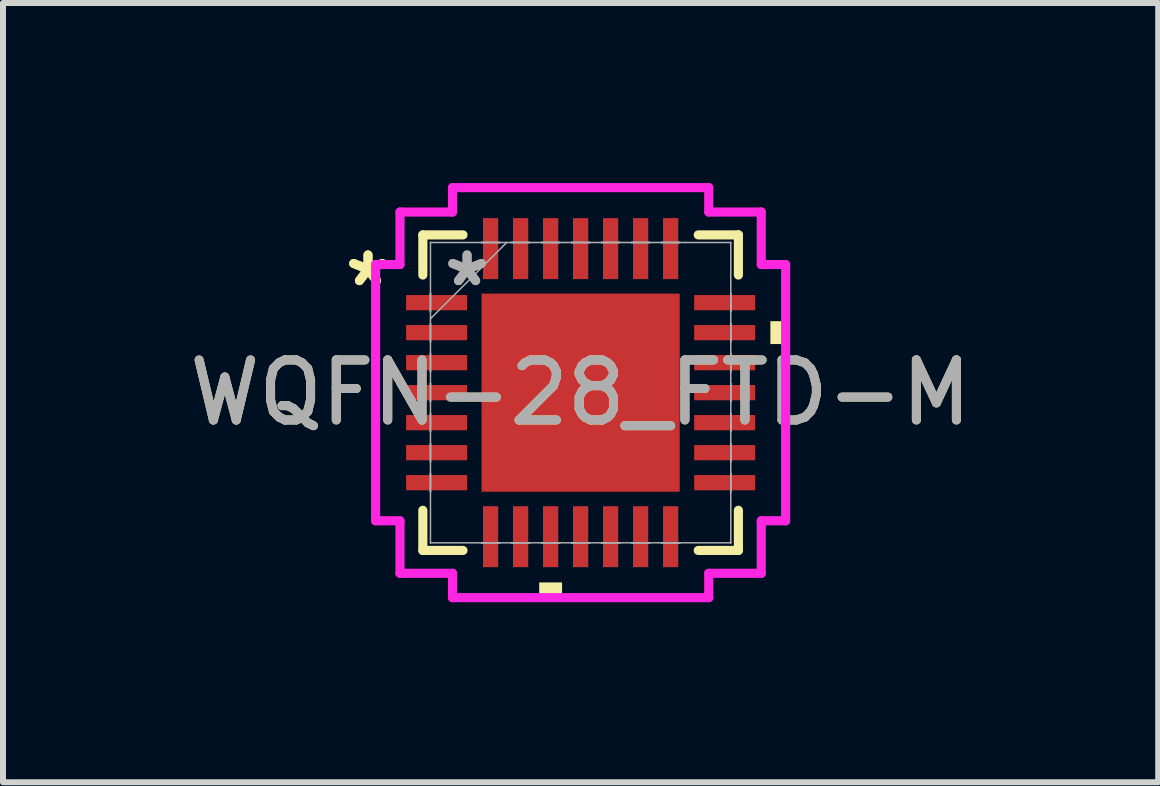
<source format=kicad_pcb>
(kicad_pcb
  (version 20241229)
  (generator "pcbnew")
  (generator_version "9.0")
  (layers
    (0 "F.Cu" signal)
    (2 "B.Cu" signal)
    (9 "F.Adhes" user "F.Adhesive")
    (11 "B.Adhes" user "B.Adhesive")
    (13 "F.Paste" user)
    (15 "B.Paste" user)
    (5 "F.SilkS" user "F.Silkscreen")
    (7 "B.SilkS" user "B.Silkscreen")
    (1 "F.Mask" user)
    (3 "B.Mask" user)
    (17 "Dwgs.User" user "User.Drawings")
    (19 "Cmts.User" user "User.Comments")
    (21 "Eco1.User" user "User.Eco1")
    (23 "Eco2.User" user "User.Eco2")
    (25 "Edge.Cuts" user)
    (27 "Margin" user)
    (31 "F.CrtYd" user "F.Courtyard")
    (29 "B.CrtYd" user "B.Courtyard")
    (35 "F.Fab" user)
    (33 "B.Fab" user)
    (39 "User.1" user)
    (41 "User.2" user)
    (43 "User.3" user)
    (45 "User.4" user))
  (footprint "WQFN-28_FTD-M"
    (layer "F.Cu")
    (at 6.625 3.493)
    (property "Reference" "WQFN-28_FTD-M" (at 0 0 0) (unlocked yes) (layer "F.SilkS") (effects (font (size 1 1) (thickness 0.15))))
    (attr smd)
    (fp_line (start -2.629 -2.629) (end -2.629 -1.96) (stroke (width 0.152) (type solid)) (layer "F.SilkS"))
    (fp_line (start -2.629 1.96) (end -2.629 2.629) (stroke (width 0.152) (type solid)) (layer "F.SilkS"))
    (fp_line (start -2.629 2.629) (end -1.96 2.629) (stroke (width 0.152) (type solid)) (layer "F.SilkS"))
    (fp_line (start -1.96 -2.629) (end -2.629 -2.629) (stroke (width 0.152) (type solid)) (layer "F.SilkS"))
    (fp_line (start 1.96 2.629) (end 2.629 2.629) (stroke (width 0.152) (type solid)) (layer "F.SilkS"))
    (fp_line (start 2.629 -2.629) (end 1.96 -2.629) (stroke (width 0.152) (type solid)) (layer "F.SilkS"))
    (fp_line (start 2.629 -1.96) (end 2.629 -2.629) (stroke (width 0.152) (type solid)) (layer "F.SilkS"))
    (fp_line (start 2.629 2.629) (end 2.629 1.96) (stroke (width 0.152) (type solid)) (layer "F.SilkS"))
    (fp_poly (pts (xy -0.69 3.162) (xy -0.69 3.416) (xy -0.309 3.416) (xy -0.309 3.162)) (stroke (width 0) (type solid)) (fill yes) (layer "F.SilkS"))
    (fp_poly (pts (xy 3.416 -1.191) (xy 3.416 -0.81) (xy 3.162 -0.81) (xy 3.162 -1.191)) (stroke (width 0) (type solid)) (fill yes) (layer "F.SilkS"))
    (fp_poly (pts (xy -1.551 -1.551) (xy -1.551 -0.1) (xy -0.1 -0.1) (xy -0.1 -1.551)) (stroke (width 0) (type solid)) (fill yes) (layer "F.Paste"))
    (fp_poly (pts (xy -1.551 0.1) (xy -1.551 1.551) (xy -0.1 1.551) (xy -0.1 0.1)) (stroke (width 0) (type solid)) (fill yes) (layer "F.Paste"))
    (fp_poly (pts (xy 0.1 -1.551) (xy 0.1 -0.1) (xy 1.551 -0.1) (xy 1.551 -1.551)) (stroke (width 0) (type solid)) (fill yes) (layer "F.Paste"))
    (fp_poly (pts (xy 0.1 0.1) (xy 0.1 1.551) (xy 1.551 1.551) (xy 1.551 0.1)) (stroke (width 0) (type solid)) (fill yes) (layer "F.Paste"))
    (fp_line (start -3.416 -2.135) (end -3.01 -2.135) (stroke (width 0.152) (type solid)) (layer "F.CrtYd"))
    (fp_line (start -3.416 2.135) (end -3.416 -2.135) (stroke (width 0.152) (type solid)) (layer "F.CrtYd"))
    (fp_line (start -3.01 -3.01) (end -2.135 -3.01) (stroke (width 0.152) (type solid)) (layer "F.CrtYd"))
    (fp_line (start -3.01 -2.135) (end -3.01 -3.01) (stroke (width 0.152) (type solid)) (layer "F.CrtYd"))
    (fp_line (start -3.01 2.135) (end -3.416 2.135) (stroke (width 0.152) (type solid)) (layer "F.CrtYd"))
    (fp_line (start -3.01 3.01) (end -3.01 2.135) (stroke (width 0.152) (type solid)) (layer "F.CrtYd"))
    (fp_line (start -2.135 -3.416) (end 2.135 -3.416) (stroke (width 0.152) (type solid)) (layer "F.CrtYd"))
    (fp_line (start -2.135 -3.01) (end -2.135 -3.416) (stroke (width 0.152) (type solid)) (layer "F.CrtYd"))
    (fp_line (start -2.135 3.01) (end -3.01 3.01) (stroke (width 0.152) (type solid)) (layer "F.CrtYd"))
    (fp_line (start -2.135 3.416) (end -2.135 3.01) (stroke (width 0.152) (type solid)) (layer "F.CrtYd"))
    (fp_line (start 2.135 -3.416) (end 2.135 -3.01) (stroke (width 0.152) (type solid)) (layer "F.CrtYd"))
    (fp_line (start 2.135 -3.01) (end 3.01 -3.01) (stroke (width 0.152) (type solid)) (layer "F.CrtYd"))
    (fp_line (start 2.135 3.01) (end 2.135 3.416) (stroke (width 0.152) (type solid)) (layer "F.CrtYd"))
    (fp_line (start 2.135 3.416) (end -2.135 3.416) (stroke (width 0.152) (type solid)) (layer "F.CrtYd"))
    (fp_line (start 3.01 -3.01) (end 3.01 -2.135) (stroke (width 0.152) (type solid)) (layer "F.CrtYd"))
    (fp_line (start 3.01 -2.135) (end 3.416 -2.135) (stroke (width 0.152) (type solid)) (layer "F.CrtYd"))
    (fp_line (start 3.01 2.135) (end 3.01 3.01) (stroke (width 0.152) (type solid)) (layer "F.CrtYd"))
    (fp_line (start 3.01 3.01) (end 2.135 3.01) (stroke (width 0.152) (type solid)) (layer "F.CrtYd"))
    (fp_line (start 3.416 -2.135) (end 3.416 2.135) (stroke (width 0.152) (type solid)) (layer "F.CrtYd"))
    (fp_line (start 3.416 2.135) (end 3.01 2.135) (stroke (width 0.152) (type solid)) (layer "F.CrtYd"))
    (fp_line (start -2.502 -2.502) (end -2.502 -2.502) (stroke (width 0.025) (type solid)) (layer "F.Fab"))
    (fp_line (start -2.502 -2.502) (end -2.502 2.502) (stroke (width 0.025) (type solid)) (layer "F.Fab"))
    (fp_line (start -2.502 -1.652) (end -2.502 -1.652) (stroke (width 0.025) (type solid)) (layer "F.Fab"))
    (fp_line (start -2.502 -1.652) (end -2.502 -1.348) (stroke (width 0.025) (type solid)) (layer "F.Fab"))
    (fp_line (start -2.502 -1.348) (end -2.502 -1.652) (stroke (width 0.025) (type solid)) (layer "F.Fab"))
    (fp_line (start -2.502 -1.348) (end -2.502 -1.348) (stroke (width 0.025) (type solid)) (layer "F.Fab"))
    (fp_line (start -2.502 -1.232) (end -1.232 -2.502) (stroke (width 0.025) (type solid)) (layer "F.Fab"))
    (fp_line (start -2.502 -1.152) (end -2.502 -1.152) (stroke (width 0.025) (type solid)) (layer "F.Fab"))
    (fp_line (start -2.502 -1.152) (end -2.502 -0.848) (stroke (width 0.025) (type solid)) (layer "F.Fab"))
    (fp_line (start -2.502 -0.848) (end -2.502 -1.152) (stroke (width 0.025) (type solid)) (layer "F.Fab"))
    (fp_line (start -2.502 -0.848) (end -2.502 -0.848) (stroke (width 0.025) (type solid)) (layer "F.Fab"))
    (fp_line (start -2.502 -0.652) (end -2.502 -0.652) (stroke (width 0.025) (type solid)) (layer "F.Fab"))
    (fp_line (start -2.502 -0.652) (end -2.502 -0.348) (stroke (width 0.025) (type solid)) (layer "F.Fab"))
    (fp_line (start -2.502 -0.348) (end -2.502 -0.652) (stroke (width 0.025) (type solid)) (layer "F.Fab"))
    (fp_line (start -2.502 -0.348) (end -2.502 -0.348) (stroke (width 0.025) (type solid)) (layer "F.Fab"))
    (fp_line (start -2.502 -0.152) (end -2.502 -0.152) (stroke (width 0.025) (type solid)) (layer "F.Fab"))
    (fp_line (start -2.502 -0.152) (end -2.502 0.152) (stroke (width 0.025) (type solid)) (layer "F.Fab"))
    (fp_line (start -2.502 0.152) (end -2.502 -0.152) (stroke (width 0.025) (type solid)) (layer "F.Fab"))
    (fp_line (start -2.502 0.152) (end -2.502 0.152) (stroke (width 0.025) (type solid)) (layer "F.Fab"))
    (fp_line (start -2.502 0.348) (end -2.502 0.348) (stroke (width 0.025) (type solid)) (layer "F.Fab"))
    (fp_line (start -2.502 0.348) (end -2.502 0.652) (stroke (width 0.025) (type solid)) (layer "F.Fab"))
    (fp_line (start -2.502 0.652) (end -2.502 0.348) (stroke (width 0.025) (type solid)) (layer "F.Fab"))
    (fp_line (start -2.502 0.652) (end -2.502 0.652) (stroke (width 0.025) (type solid)) (layer "F.Fab"))
    (fp_line (start -2.502 0.848) (end -2.502 0.848) (stroke (width 0.025) (type solid)) (layer "F.Fab"))
    (fp_line (start -2.502 0.848) (end -2.502 1.152) (stroke (width 0.025) (type solid)) (layer "F.Fab"))
    (fp_line (start -2.502 1.152) (end -2.502 0.848) (stroke (width 0.025) (type solid)) (layer "F.Fab"))
    (fp_line (start -2.502 1.152) (end -2.502 1.152) (stroke (width 0.025) (type solid)) (layer "F.Fab"))
    (fp_line (start -2.502 1.348) (end -2.502 1.348) (stroke (width 0.025) (type solid)) (layer "F.Fab"))
    (fp_line (start -2.502 1.348) (end -2.502 1.652) (stroke (width 0.025) (type solid)) (layer "F.Fab"))
    (fp_line (start -2.502 1.652) (end -2.502 1.348) (stroke (width 0.025) (type solid)) (layer "F.Fab"))
    (fp_line (start -2.502 1.652) (end -2.502 1.652) (stroke (width 0.025) (type solid)) (layer "F.Fab"))
    (fp_line (start -2.502 2.502) (end -2.502 2.502) (stroke (width 0.025) (type solid)) (layer "F.Fab"))
    (fp_line (start -2.502 2.502) (end 2.502 2.502) (stroke (width 0.025) (type solid)) (layer "F.Fab"))
    (fp_line (start -1.652 -2.502) (end -1.652 -2.502) (stroke (width 0.025) (type solid)) (layer "F.Fab"))
    (fp_line (start -1.652 -2.502) (end -1.348 -2.502) (stroke (width 0.025) (type solid)) (layer "F.Fab"))
    (fp_line (start -1.652 2.502) (end -1.652 2.502) (stroke (width 0.025) (type solid)) (layer "F.Fab"))
    (fp_line (start -1.652 2.502) (end -1.348 2.502) (stroke (width 0.025) (type solid)) (layer "F.Fab"))
    (fp_line (start -1.348 -2.502) (end -1.652 -2.502) (stroke (width 0.025) (type solid)) (layer "F.Fab"))
    (fp_line (start -1.348 -2.502) (end -1.348 -2.502) (stroke (width 0.025) (type solid)) (layer "F.Fab"))
    (fp_line (start -1.348 2.502) (end -1.652 2.502) (stroke (width 0.025) (type solid)) (layer "F.Fab"))
    (fp_line (start -1.348 2.502) (end -1.348 2.502) (stroke (width 0.025) (type solid)) (layer "F.Fab"))
    (fp_line (start -1.152 -2.502) (end -1.152 -2.502) (stroke (width 0.025) (type solid)) (layer "F.Fab"))
    (fp_line (start -1.152 -2.502) (end -0.848 -2.502) (stroke (width 0.025) (type solid)) (layer "F.Fab"))
    (fp_line (start -1.152 2.502) (end -1.152 2.502) (stroke (width 0.025) (type solid)) (layer "F.Fab"))
    (fp_line (start -1.152 2.502) (end -0.848 2.502) (stroke (width 0.025) (type solid)) (layer "F.Fab"))
    (fp_line (start -0.848 -2.502) (end -1.152 -2.502) (stroke (width 0.025) (type solid)) (layer "F.Fab"))
    (fp_line (start -0.848 -2.502) (end -0.848 -2.502) (stroke (width 0.025) (type solid)) (layer "F.Fab"))
    (fp_line (start -0.848 2.502) (end -1.152 2.502) (stroke (width 0.025) (type solid)) (layer "F.Fab"))
    (fp_line (start -0.848 2.502) (end -0.848 2.502) (stroke (width 0.025) (type solid)) (layer "F.Fab"))
    (fp_line (start -0.652 -2.502) (end -0.652 -2.502) (stroke (width 0.025) (type solid)) (layer "F.Fab"))
    (fp_line (start -0.652 -2.502) (end -0.348 -2.502) (stroke (width 0.025) (type solid)) (layer "F.Fab"))
    (fp_line (start -0.652 2.502) (end -0.652 2.502) (stroke (width 0.025) (type solid)) (layer "F.Fab"))
    (fp_line (start -0.652 2.502) (end -0.348 2.502) (stroke (width 0.025) (type solid)) (layer "F.Fab"))
    (fp_line (start -0.348 -2.502) (end -0.652 -2.502) (stroke (width 0.025) (type solid)) (layer "F.Fab"))
    (fp_line (start -0.348 -2.502) (end -0.348 -2.502) (stroke (width 0.025) (type solid)) (layer "F.Fab"))
    (fp_line (start -0.348 2.502) (end -0.652 2.502) (stroke (width 0.025) (type solid)) (layer "F.Fab"))
    (fp_line (start -0.348 2.502) (end -0.348 2.502) (stroke (width 0.025) (type solid)) (layer "F.Fab"))
    (fp_line (start -0.152 -2.502) (end -0.152 -2.502) (stroke (width 0.025) (type solid)) (layer "F.Fab"))
    (fp_line (start -0.152 -2.502) (end 0.152 -2.502) (stroke (width 0.025) (type solid)) (layer "F.Fab"))
    (fp_line (start -0.152 2.502) (end -0.152 2.502) (stroke (width 0.025) (type solid)) (layer "F.Fab"))
    (fp_line (start -0.152 2.502) (end 0.152 2.502) (stroke (width 0.025) (type solid)) (layer "F.Fab"))
    (fp_line (start 0.152 -2.502) (end -0.152 -2.502) (stroke (width 0.025) (type solid)) (layer "F.Fab"))
    (fp_line (start 0.152 -2.502) (end 0.152 -2.502) (stroke (width 0.025) (type solid)) (layer "F.Fab"))
    (fp_line (start 0.152 2.502) (end -0.152 2.502) (stroke (width 0.025) (type solid)) (layer "F.Fab"))
    (fp_line (start 0.152 2.502) (end 0.152 2.502) (stroke (width 0.025) (type solid)) (layer "F.Fab"))
    (fp_line (start 0.348 -2.502) (end 0.348 -2.502) (stroke (width 0.025) (type solid)) (layer "F.Fab"))
    (fp_line (start 0.348 -2.502) (end 0.652 -2.502) (stroke (width 0.025) (type solid)) (layer "F.Fab"))
    (fp_line (start 0.348 2.502) (end 0.348 2.502) (stroke (width 0.025) (type solid)) (layer "F.Fab"))
    (fp_line (start 0.348 2.502) (end 0.652 2.502) (stroke (width 0.025) (type solid)) (layer "F.Fab"))
    (fp_line (start 0.652 -2.502) (end 0.348 -2.502) (stroke (width 0.025) (type solid)) (layer "F.Fab"))
    (fp_line (start 0.652 -2.502) (end 0.652 -2.502) (stroke (width 0.025) (type solid)) (layer "F.Fab"))
    (fp_line (start 0.652 2.502) (end 0.348 2.502) (stroke (width 0.025) (type solid)) (layer "F.Fab"))
    (fp_line (start 0.652 2.502) (end 0.652 2.502) (stroke (width 0.025) (type solid)) (layer "F.Fab"))
    (fp_line (start 0.848 -2.502) (end 0.848 -2.502) (stroke (width 0.025) (type solid)) (layer "F.Fab"))
    (fp_line (start 0.848 -2.502) (end 1.152 -2.502) (stroke (width 0.025) (type solid)) (layer "F.Fab"))
    (fp_line (start 0.848 2.502) (end 0.848 2.502) (stroke (width 0.025) (type solid)) (layer "F.Fab"))
    (fp_line (start 0.848 2.502) (end 1.152 2.502) (stroke (width 0.025) (type solid)) (layer "F.Fab"))
    (fp_line (start 1.152 -2.502) (end 0.848 -2.502) (stroke (width 0.025) (type solid)) (layer "F.Fab"))
    (fp_line (start 1.152 -2.502) (end 1.152 -2.502) (stroke (width 0.025) (type solid)) (layer "F.Fab"))
    (fp_line (start 1.152 2.502) (end 0.848 2.502) (stroke (width 0.025) (type solid)) (layer "F.Fab"))
    (fp_line (start 1.152 2.502) (end 1.152 2.502) (stroke (width 0.025) (type solid)) (layer "F.Fab"))
    (fp_line (start 1.348 -2.502) (end 1.348 -2.502) (stroke (width 0.025) (type solid)) (layer "F.Fab"))
    (fp_line (start 1.348 -2.502) (end 1.652 -2.502) (stroke (width 0.025) (type solid)) (layer "F.Fab"))
    (fp_line (start 1.348 2.502) (end 1.348 2.502) (stroke (width 0.025) (type solid)) (layer "F.Fab"))
    (fp_line (start 1.348 2.502) (end 1.652 2.502) (stroke (width 0.025) (type solid)) (layer "F.Fab"))
    (fp_line (start 1.652 -2.502) (end 1.348 -2.502) (stroke (width 0.025) (type solid)) (layer "F.Fab"))
    (fp_line (start 1.652 -2.502) (end 1.652 -2.502) (stroke (width 0.025) (type solid)) (layer "F.Fab"))
    (fp_line (start 1.652 2.502) (end 1.348 2.502) (stroke (width 0.025) (type solid)) (layer "F.Fab"))
    (fp_line (start 1.652 2.502) (end 1.652 2.502) (stroke (width 0.025) (type solid)) (layer "F.Fab"))
    (fp_line (start 2.502 -2.502) (end -2.502 -2.502) (stroke (width 0.025) (type solid)) (layer "F.Fab"))
    (fp_line (start 2.502 -2.502) (end 2.502 -2.502) (stroke (width 0.025) (type solid)) (layer "F.Fab"))
    (fp_line (start 2.502 -1.652) (end 2.502 -1.652) (stroke (width 0.025) (type solid)) (layer "F.Fab"))
    (fp_line (start 2.502 -1.652) (end 2.502 -1.348) (stroke (width 0.025) (type solid)) (layer "F.Fab"))
    (fp_line (start 2.502 -1.348) (end 2.502 -1.652) (stroke (width 0.025) (type solid)) (layer "F.Fab"))
    (fp_line (start 2.502 -1.348) (end 2.502 -1.348) (stroke (width 0.025) (type solid)) (layer "F.Fab"))
    (fp_line (start 2.502 -1.152) (end 2.502 -1.152) (stroke (width 0.025) (type solid)) (layer "F.Fab"))
    (fp_line (start 2.502 -1.152) (end 2.502 -0.848) (stroke (width 0.025) (type solid)) (layer "F.Fab"))
    (fp_line (start 2.502 -0.848) (end 2.502 -1.152) (stroke (width 0.025) (type solid)) (layer "F.Fab"))
    (fp_line (start 2.502 -0.848) (end 2.502 -0.848) (stroke (width 0.025) (type solid)) (layer "F.Fab"))
    (fp_line (start 2.502 -0.652) (end 2.502 -0.652) (stroke (width 0.025) (type solid)) (layer "F.Fab"))
    (fp_line (start 2.502 -0.652) (end 2.502 -0.348) (stroke (width 0.025) (type solid)) (layer "F.Fab"))
    (fp_line (start 2.502 -0.348) (end 2.502 -0.652) (stroke (width 0.025) (type solid)) (layer "F.Fab"))
    (fp_line (start 2.502 -0.348) (end 2.502 -0.348) (stroke (width 0.025) (type solid)) (layer "F.Fab"))
    (fp_line (start 2.502 -0.152) (end 2.502 -0.152) (stroke (width 0.025) (type solid)) (layer "F.Fab"))
    (fp_line (start 2.502 -0.152) (end 2.502 0.152) (stroke (width 0.025) (type solid)) (layer "F.Fab"))
    (fp_line (start 2.502 0.152) (end 2.502 -0.152) (stroke (width 0.025) (type solid)) (layer "F.Fab"))
    (fp_line (start 2.502 0.152) (end 2.502 0.152) (stroke (width 0.025) (type solid)) (layer "F.Fab"))
    (fp_line (start 2.502 0.348) (end 2.502 0.348) (stroke (width 0.025) (type solid)) (layer "F.Fab"))
    (fp_line (start 2.502 0.348) (end 2.502 0.652) (stroke (width 0.025) (type solid)) (layer "F.Fab"))
    (fp_line (start 2.502 0.652) (end 2.502 0.348) (stroke (width 0.025) (type solid)) (layer "F.Fab"))
    (fp_line (start 2.502 0.652) (end 2.502 0.652) (stroke (width 0.025) (type solid)) (layer "F.Fab"))
    (fp_line (start 2.502 0.848) (end 2.502 0.848) (stroke (width 0.025) (type solid)) (layer "F.Fab"))
    (fp_line (start 2.502 0.848) (end 2.502 1.152) (stroke (width 0.025) (type solid)) (layer "F.Fab"))
    (fp_line (start 2.502 1.152) (end 2.502 0.848) (stroke (width 0.025) (type solid)) (layer "F.Fab"))
    (fp_line (start 2.502 1.152) (end 2.502 1.152) (stroke (width 0.025) (type solid)) (layer "F.Fab"))
    (fp_line (start 2.502 1.348) (end 2.502 1.348) (stroke (width 0.025) (type solid)) (layer "F.Fab"))
    (fp_line (start 2.502 1.348) (end 2.502 1.652) (stroke (width 0.025) (type solid)) (layer "F.Fab"))
    (fp_line (start 2.502 1.652) (end 2.502 1.348) (stroke (width 0.025) (type solid)) (layer "F.Fab"))
    (fp_line (start 2.502 1.652) (end 2.502 1.652) (stroke (width 0.025) (type solid)) (layer "F.Fab"))
    (fp_line (start 2.502 2.502) (end 2.502 -2.502) (stroke (width 0.025) (type solid)) (layer "F.Fab"))
    (fp_line (start 2.502 2.502) (end 2.502 2.502) (stroke (width 0.025) (type solid)) (layer "F.Fab"))
    (fp_text user "*" (at -3.543 -1.75 0) (unlocked yes) (layer "F.SilkS") (effects (font (size 1 1) (thickness 0.15))))
    (fp_text user "*" (at -3.543 -1.75 0) (layer "F.SilkS") (effects (font (size 1 1) (thickness 0.15))))
    (fp_text user "*" (at -1.892 -1.75 0) (layer "F.Fab") (effects (font (size 1 1) (thickness 0.15))))
    (fp_text user "${REFERENCE}" (at 0 0 0) (unlocked yes) (layer "F.Fab") (effects (font (size 1 1) (thickness 0.15))))
    (fp_text user "*" (at -1.892 -1.75 0) (unlocked yes) (layer "F.Fab") (effects (font (size 1 1) (thickness 0.15))))
    (pad "1" smd rect (at -2.4 -1.5 90) (size 0.254 1.016) (layers "F.Cu" "F.Mask" "F.Paste"))
    (pad "2" smd rect (at -2.4 -1 90) (size 0.254 1.016) (layers "F.Cu" "F.Mask" "F.Paste"))
    (pad "3" smd rect (at -2.4 -0.5 90) (size 0.254 1.016) (layers "F.Cu" "F.Mask" "F.Paste"))
    (pad "4" smd rect (at -2.4 0 90) (size 0.254 1.016) (layers "F.Cu" "F.Mask" "F.Paste"))
    (pad "5" smd rect (at -2.4 0.5 90) (size 0.254 1.016) (layers "F.Cu" "F.Mask" "F.Paste"))
    (pad "6" smd rect (at -2.4 1 90) (size 0.254 1.016) (layers "F.Cu" "F.Mask" "F.Paste"))
    (pad "7" smd rect (at -2.4 1.5 90) (size 0.254 1.016) (layers "F.Cu" "F.Mask" "F.Paste"))
    (pad "8" smd rect (at -1.5 2.4) (size 0.254 1.016) (layers "F.Cu" "F.Mask" "F.Paste"))
    (pad "9" smd rect (at -1 2.4) (size 0.254 1.016) (layers "F.Cu" "F.Mask" "F.Paste"))
    (pad "10" smd rect (at -0.5 2.4) (size 0.254 1.016) (layers "F.Cu" "F.Mask" "F.Paste"))
    (pad "11" smd rect (at 0 2.4) (size 0.254 1.016) (layers "F.Cu" "F.Mask" "F.Paste"))
    (pad "12" smd rect (at 0.5 2.4) (size 0.254 1.016) (layers "F.Cu" "F.Mask" "F.Paste"))
    (pad "13" smd rect (at 1 2.4) (size 0.254 1.016) (layers "F.Cu" "F.Mask" "F.Paste"))
    (pad "14" smd rect (at 1.5 2.4) (size 0.254 1.016) (layers "F.Cu" "F.Mask" "F.Paste"))
    (pad "15" smd rect (at 2.4 1.5 90) (size 0.254 1.016) (layers "F.Cu" "F.Mask" "F.Paste"))
    (pad "16" smd rect (at 2.4 1 90) (size 0.254 1.016) (layers "F.Cu" "F.Mask" "F.Paste"))
    (pad "17" smd rect (at 2.4 0.5 90) (size 0.254 1.016) (layers "F.Cu" "F.Mask" "F.Paste"))
    (pad "18" smd rect (at 2.4 0 90) (size 0.254 1.016) (layers "F.Cu" "F.Mask" "F.Paste"))
    (pad "19" smd rect (at 2.4 -0.5 90) (size 0.254 1.016) (layers "F.Cu" "F.Mask" "F.Paste"))
    (pad "20" smd rect (at 2.4 -1 90) (size 0.254 1.016) (layers "F.Cu" "F.Mask" "F.Paste"))
    (pad "21" smd rect (at 2.4 -1.5 90) (size 0.254 1.016) (layers "F.Cu" "F.Mask" "F.Paste"))
    (pad "22" smd rect (at 1.5 -2.4) (size 0.254 1.016) (layers "F.Cu" "F.Mask" "F.Paste"))
    (pad "23" smd rect (at 1 -2.4) (size 0.254 1.016) (layers "F.Cu" "F.Mask" "F.Paste"))
    (pad "24" smd rect (at 0.5 -2.4) (size 0.254 1.016) (layers "F.Cu" "F.Mask" "F.Paste"))
    (pad "25" smd rect (at 0 -2.4) (size 0.254 1.016) (layers "F.Cu" "F.Mask" "F.Paste"))
    (pad "26" smd rect (at -0.5 -2.4) (size 0.254 1.016) (layers "F.Cu" "F.Mask" "F.Paste"))
    (pad "27" smd rect (at -1 -2.4) (size 0.254 1.016) (layers "F.Cu" "F.Mask" "F.Paste"))
    (pad "28" smd rect (at -1.5 -2.4) (size 0.254 1.016) (layers "F.Cu" "F.Mask" "F.Paste"))
    (pad "29" smd rect (at 0 0) (size 3.302 3.302) (layers "F.Cu" "F.Mask" "F.Paste")))
  (gr_rect
    (start -3 -3)
    (end 16.25 9.985)
    (stroke (width 0.1) (type default))
    (fill no)
    (layer "Edge.Cuts")))
</source>
